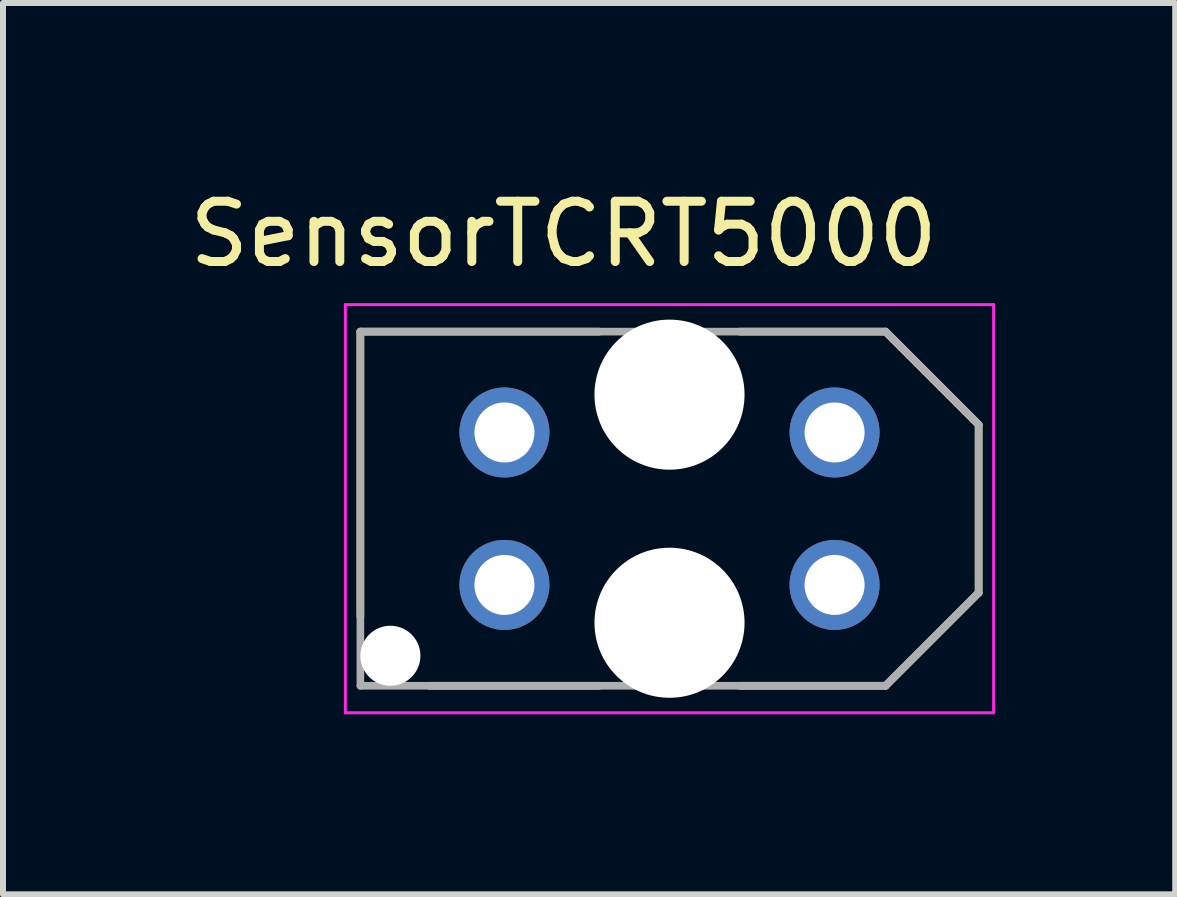
<source format=kicad_pcb>
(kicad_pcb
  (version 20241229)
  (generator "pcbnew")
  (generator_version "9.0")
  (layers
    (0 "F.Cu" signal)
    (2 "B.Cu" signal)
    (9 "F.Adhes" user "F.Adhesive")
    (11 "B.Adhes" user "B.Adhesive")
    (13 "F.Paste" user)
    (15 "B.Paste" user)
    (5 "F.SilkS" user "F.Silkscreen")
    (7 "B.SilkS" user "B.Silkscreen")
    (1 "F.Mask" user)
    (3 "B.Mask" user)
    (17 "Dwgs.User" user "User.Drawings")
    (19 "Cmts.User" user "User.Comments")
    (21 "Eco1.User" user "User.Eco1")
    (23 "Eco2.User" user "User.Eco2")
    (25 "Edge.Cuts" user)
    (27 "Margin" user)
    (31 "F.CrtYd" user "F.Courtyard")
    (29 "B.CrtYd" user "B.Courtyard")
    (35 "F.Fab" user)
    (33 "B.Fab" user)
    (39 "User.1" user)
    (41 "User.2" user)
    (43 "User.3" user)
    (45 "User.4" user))
  (footprint "SensorTCRT5000"
    (layer "F.Cu")
    (at 8.104 5.425)
    (property "Reference" "SensorTCRT5000" (at -1.764 -4.575 0) (layer "F.SilkS") (effects (font (size 1.004 1.004) (thickness 0.15))))
    (attr through_hole)
    (fp_line (start -5.15 -2.95) (end -1.17 -2.95) (stroke (width 0.127) (type solid)) (layer "F.SilkS"))
    (fp_line (start -5.15 1.8) (end -5.15 -2.95) (stroke (width 0.127) (type solid)) (layer "F.SilkS"))
    (fp_line (start -4 2.95) (end -1.17 2.95) (stroke (width 0.127) (type solid)) (layer "F.SilkS"))
    (fp_line (start 1.17 2.95) (end 3.6 2.95) (stroke (width 0.127) (type solid)) (layer "F.SilkS"))
    (fp_line (start 3.6 -2.95) (end 1.17 -2.95) (stroke (width 0.127) (type solid)) (layer "F.SilkS"))
    (fp_line (start 3.6 -2.95) (end 5.15 -1.4) (stroke (width 0.127) (type solid)) (layer "F.SilkS"))
    (fp_line (start 3.6 2.95) (end 5.15 1.4) (stroke (width 0.127) (type solid)) (layer "F.SilkS"))
    (fp_line (start 5.15 1.4) (end 5.15 -1.4) (stroke (width 0.127) (type solid)) (layer "F.SilkS"))
    (fp_line (start -5.4 -3.4) (end -5.4 3.4) (stroke (width 0.05) (type solid)) (layer "F.CrtYd"))
    (fp_line (start -5.4 3.4) (end 5.4 3.4) (stroke (width 0.05) (type solid)) (layer "F.CrtYd"))
    (fp_line (start 5.4 -3.4) (end -5.4 -3.4) (stroke (width 0.05) (type solid)) (layer "F.CrtYd"))
    (fp_line (start 5.4 3.4) (end 5.4 -3.4) (stroke (width 0.05) (type solid)) (layer "F.CrtYd"))
    (fp_line (start -5.15 -2.95) (end -5.15 2.95) (stroke (width 0.127) (type solid)) (layer "F.Fab"))
    (fp_line (start -5.15 2.95) (end 3.6 2.95) (stroke (width 0.127) (type solid)) (layer "F.Fab"))
    (fp_line (start 3.6 -2.95) (end -5.15 -2.95) (stroke (width 0.127) (type solid)) (layer "F.Fab"))
    (fp_line (start 3.6 -2.95) (end 5.15 -1.4) (stroke (width 0.127) (type solid)) (layer "F.Fab"))
    (fp_line (start 3.6 2.95) (end 5.15 1.4) (stroke (width 0.127) (type solid)) (layer "F.Fab"))
    (fp_line (start 5.15 1.4) (end 5.15 -1.4) (stroke (width 0.127) (type solid)) (layer "F.Fab"))
    (pad "" np_thru_hole circle (at -4.65 2.45) (size 1 1) (drill 1) (layers "*.Cu" "*.Mask"))
    (pad "" np_thru_hole circle (at 0 -1.9) (size 2.5 2.5) (drill 2.5) (layers "*.Cu" "*.Mask"))
    (pad "" np_thru_hole circle (at 0 1.9) (size 2.5 2.5) (drill 2.5) (layers "*.Cu" "*.Mask"))
    (pad "A" thru_hole circle (at 2.75 -1.27) (size 1.5 1.5) (drill 1) (layers "*.Cu" "*.Mask"))
    (pad "CATH" thru_hole circle (at 2.75 1.27) (size 1.5 1.5) (drill 1) (layers "*.Cu" "*.Mask"))
    (pad "COLL" thru_hole circle (at -2.75 -1.27) (size 1.5 1.5) (drill 1) (layers "*.Cu" "*.Mask"))
    (pad "E" thru_hole circle (at -2.75 1.27) (size 1.5 1.5) (drill 1) (layers "*.Cu" "*.Mask")))
  (gr_rect
    (start -3 -3)
    (end 16.529 11.85)
    (stroke (width 0.1) (type default))
    (fill no)
    (layer "Edge.Cuts")))
</source>
